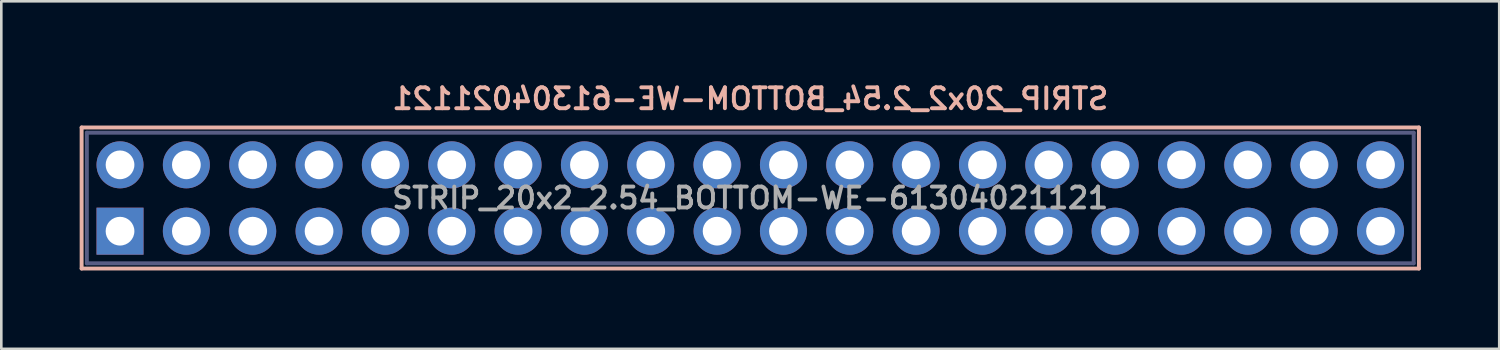
<source format=kicad_pcb>
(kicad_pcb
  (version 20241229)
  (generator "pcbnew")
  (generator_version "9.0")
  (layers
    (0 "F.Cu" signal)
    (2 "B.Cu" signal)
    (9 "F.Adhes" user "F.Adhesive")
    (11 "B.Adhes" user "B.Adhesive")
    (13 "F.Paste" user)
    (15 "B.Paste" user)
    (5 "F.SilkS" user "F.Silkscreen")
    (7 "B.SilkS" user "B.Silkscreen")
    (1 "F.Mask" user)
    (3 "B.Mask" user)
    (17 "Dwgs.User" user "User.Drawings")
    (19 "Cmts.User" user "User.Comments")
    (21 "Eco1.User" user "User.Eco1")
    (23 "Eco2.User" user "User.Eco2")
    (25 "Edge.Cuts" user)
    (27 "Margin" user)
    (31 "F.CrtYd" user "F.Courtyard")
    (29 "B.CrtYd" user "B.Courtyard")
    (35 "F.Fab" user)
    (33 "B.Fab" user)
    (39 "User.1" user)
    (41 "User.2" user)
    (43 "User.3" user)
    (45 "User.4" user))
  (footprint "STRIP_20x2_2.54_BOTTOM-WE-61304021121"
    (layer "F.Cu")
    (at 25.675 4.531)
    (property "Reference" "STRIP_20x2_2.54_BOTTOM-WE-61304021121" (at 0 -3.8 0) (layer "B.SilkS") (effects (font (size 0.8 0.8) (thickness 0.15)) (justify mirror)))
    (attr through_hole)
    (fp_line (start -25.6 -2.7) (end 25.6 -2.7) (stroke (width 0.15) (type solid)) (layer "B.SilkS"))
    (fp_line (start -25.6 2.7) (end -25.6 -2.7) (stroke (width 0.15) (type solid)) (layer "B.SilkS"))
    (fp_line (start 25.6 -2.7) (end 25.6 2.7) (stroke (width 0.15) (type solid)) (layer "B.SilkS"))
    (fp_line (start 25.6 2.7) (end -25.6 2.7) (stroke (width 0.15) (type solid)) (layer "B.SilkS"))
    (fp_line (start -25.4 -2.5) (end -25.4 2.5) (stroke (width 0.15) (type solid)) (layer "B.Fab"))
    (fp_line (start -25.4 2.5) (end 25.4 2.5) (stroke (width 0.15) (type solid)) (layer "B.Fab"))
    (fp_line (start 25.4 -2.5) (end -25.4 -2.5) (stroke (width 0.15) (type solid)) (layer "B.Fab"))
    (fp_line (start 25.4 2.5) (end 25.4 -2.5) (stroke (width 0.15) (type solid)) (layer "B.Fab"))
    (fp_line (start -24.43 -1.57) (end -23.83 -1.57) (stroke (width 0.15) (type solid)) (layer "F.Fab"))
    (fp_line (start -24.43 -0.97) (end -24.43 -1.57) (stroke (width 0.15) (type solid)) (layer "F.Fab"))
    (fp_line (start -24.43 0.97) (end -23.83 0.97) (stroke (width 0.15) (type solid)) (layer "F.Fab"))
    (fp_line (start -24.43 1.57) (end -24.43 0.97) (stroke (width 0.15) (type solid)) (layer "F.Fab"))
    (fp_line (start -23.83 -1.57) (end -23.83 -0.97) (stroke (width 0.15) (type solid)) (layer "F.Fab"))
    (fp_line (start -23.83 -0.97) (end -24.43 -0.97) (stroke (width 0.15) (type solid)) (layer "F.Fab"))
    (fp_line (start -23.83 0.97) (end -23.83 1.57) (stroke (width 0.15) (type solid)) (layer "F.Fab"))
    (fp_line (start -23.83 1.57) (end -24.43 1.57) (stroke (width 0.15) (type solid)) (layer "F.Fab"))
    (fp_line (start -21.89 -1.57) (end -21.29 -1.57) (stroke (width 0.15) (type solid)) (layer "F.Fab"))
    (fp_line (start -21.89 -0.97) (end -21.89 -1.57) (stroke (width 0.15) (type solid)) (layer "F.Fab"))
    (fp_line (start -21.89 0.97) (end -21.29 0.97) (stroke (width 0.15) (type solid)) (layer "F.Fab"))
    (fp_line (start -21.89 1.57) (end -21.89 0.97) (stroke (width 0.15) (type solid)) (layer "F.Fab"))
    (fp_line (start -21.29 -1.57) (end -21.29 -0.97) (stroke (width 0.15) (type solid)) (layer "F.Fab"))
    (fp_line (start -21.29 -0.97) (end -21.89 -0.97) (stroke (width 0.15) (type solid)) (layer "F.Fab"))
    (fp_line (start -21.29 0.97) (end -21.29 1.57) (stroke (width 0.15) (type solid)) (layer "F.Fab"))
    (fp_line (start -21.29 1.57) (end -21.89 1.57) (stroke (width 0.15) (type solid)) (layer "F.Fab"))
    (fp_line (start -19.35 -1.57) (end -18.75 -1.57) (stroke (width 0.15) (type solid)) (layer "F.Fab"))
    (fp_line (start -19.35 -0.97) (end -19.35 -1.57) (stroke (width 0.15) (type solid)) (layer "F.Fab"))
    (fp_line (start -19.35 0.97) (end -18.75 0.97) (stroke (width 0.15) (type solid)) (layer "F.Fab"))
    (fp_line (start -19.35 1.57) (end -19.35 0.97) (stroke (width 0.15) (type solid)) (layer "F.Fab"))
    (fp_line (start -18.75 -1.57) (end -18.75 -0.97) (stroke (width 0.15) (type solid)) (layer "F.Fab"))
    (fp_line (start -18.75 -0.97) (end -19.35 -0.97) (stroke (width 0.15) (type solid)) (layer "F.Fab"))
    (fp_line (start -18.75 0.97) (end -18.75 1.57) (stroke (width 0.15) (type solid)) (layer "F.Fab"))
    (fp_line (start -18.75 1.57) (end -19.35 1.57) (stroke (width 0.15) (type solid)) (layer "F.Fab"))
    (fp_line (start -16.81 -1.57) (end -16.21 -1.57) (stroke (width 0.15) (type solid)) (layer "F.Fab"))
    (fp_line (start -16.81 -0.97) (end -16.81 -1.57) (stroke (width 0.15) (type solid)) (layer "F.Fab"))
    (fp_line (start -16.81 0.97) (end -16.21 0.97) (stroke (width 0.15) (type solid)) (layer "F.Fab"))
    (fp_line (start -16.81 1.57) (end -16.81 0.97) (stroke (width 0.15) (type solid)) (layer "F.Fab"))
    (fp_line (start -16.21 -1.57) (end -16.21 -0.97) (stroke (width 0.15) (type solid)) (layer "F.Fab"))
    (fp_line (start -16.21 -0.97) (end -16.81 -0.97) (stroke (width 0.15) (type solid)) (layer "F.Fab"))
    (fp_line (start -16.21 0.97) (end -16.21 1.57) (stroke (width 0.15) (type solid)) (layer "F.Fab"))
    (fp_line (start -16.21 1.57) (end -16.81 1.57) (stroke (width 0.15) (type solid)) (layer "F.Fab"))
    (fp_line (start -14.27 -1.57) (end -13.67 -1.57) (stroke (width 0.15) (type solid)) (layer "F.Fab"))
    (fp_line (start -14.27 -0.97) (end -14.27 -1.57) (stroke (width 0.15) (type solid)) (layer "F.Fab"))
    (fp_line (start -14.27 0.97) (end -13.67 0.97) (stroke (width 0.15) (type solid)) (layer "F.Fab"))
    (fp_line (start -14.27 1.57) (end -14.27 0.97) (stroke (width 0.15) (type solid)) (layer "F.Fab"))
    (fp_line (start -13.67 -1.57) (end -13.67 -0.97) (stroke (width 0.15) (type solid)) (layer "F.Fab"))
    (fp_line (start -13.67 -0.97) (end -14.27 -0.97) (stroke (width 0.15) (type solid)) (layer "F.Fab"))
    (fp_line (start -13.67 0.97) (end -13.67 1.57) (stroke (width 0.15) (type solid)) (layer "F.Fab"))
    (fp_line (start -13.67 1.57) (end -14.27 1.57) (stroke (width 0.15) (type solid)) (layer "F.Fab"))
    (fp_line (start -11.73 -1.57) (end -11.13 -1.57) (stroke (width 0.15) (type solid)) (layer "F.Fab"))
    (fp_line (start -11.73 -0.97) (end -11.73 -1.57) (stroke (width 0.15) (type solid)) (layer "F.Fab"))
    (fp_line (start -11.73 0.97) (end -11.13 0.97) (stroke (width 0.15) (type solid)) (layer "F.Fab"))
    (fp_line (start -11.73 1.57) (end -11.73 0.97) (stroke (width 0.15) (type solid)) (layer "F.Fab"))
    (fp_line (start -11.13 -1.57) (end -11.13 -0.97) (stroke (width 0.15) (type solid)) (layer "F.Fab"))
    (fp_line (start -11.13 -0.97) (end -11.73 -0.97) (stroke (width 0.15) (type solid)) (layer "F.Fab"))
    (fp_line (start -11.13 0.97) (end -11.13 1.57) (stroke (width 0.15) (type solid)) (layer "F.Fab"))
    (fp_line (start -11.13 1.57) (end -11.73 1.57) (stroke (width 0.15) (type solid)) (layer "F.Fab"))
    (fp_line (start -9.19 -1.57) (end -8.59 -1.57) (stroke (width 0.15) (type solid)) (layer "F.Fab"))
    (fp_line (start -9.19 -0.97) (end -9.19 -1.57) (stroke (width 0.15) (type solid)) (layer "F.Fab"))
    (fp_line (start -9.19 0.97) (end -8.59 0.97) (stroke (width 0.15) (type solid)) (layer "F.Fab"))
    (fp_line (start -9.19 1.57) (end -9.19 0.97) (stroke (width 0.15) (type solid)) (layer "F.Fab"))
    (fp_line (start -8.59 -1.57) (end -8.59 -0.97) (stroke (width 0.15) (type solid)) (layer "F.Fab"))
    (fp_line (start -8.59 -0.97) (end -9.19 -0.97) (stroke (width 0.15) (type solid)) (layer "F.Fab"))
    (fp_line (start -8.59 0.97) (end -8.59 1.57) (stroke (width 0.15) (type solid)) (layer "F.Fab"))
    (fp_line (start -8.59 1.57) (end -9.19 1.57) (stroke (width 0.15) (type solid)) (layer "F.Fab"))
    (fp_line (start -6.65 -1.57) (end -6.05 -1.57) (stroke (width 0.15) (type solid)) (layer "F.Fab"))
    (fp_line (start -6.65 -0.97) (end -6.65 -1.57) (stroke (width 0.15) (type solid)) (layer "F.Fab"))
    (fp_line (start -6.65 0.97) (end -6.05 0.97) (stroke (width 0.15) (type solid)) (layer "F.Fab"))
    (fp_line (start -6.65 1.57) (end -6.65 0.97) (stroke (width 0.15) (type solid)) (layer "F.Fab"))
    (fp_line (start -6.05 -1.57) (end -6.05 -0.97) (stroke (width 0.15) (type solid)) (layer "F.Fab"))
    (fp_line (start -6.05 -0.97) (end -6.65 -0.97) (stroke (width 0.15) (type solid)) (layer "F.Fab"))
    (fp_line (start -6.05 0.97) (end -6.05 1.57) (stroke (width 0.15) (type solid)) (layer "F.Fab"))
    (fp_line (start -6.05 1.57) (end -6.65 1.57) (stroke (width 0.15) (type solid)) (layer "F.Fab"))
    (fp_line (start -4.11 -1.57) (end -3.51 -1.57) (stroke (width 0.15) (type solid)) (layer "F.Fab"))
    (fp_line (start -4.11 -0.97) (end -4.11 -1.57) (stroke (width 0.15) (type solid)) (layer "F.Fab"))
    (fp_line (start -4.11 0.97) (end -3.51 0.97) (stroke (width 0.15) (type solid)) (layer "F.Fab"))
    (fp_line (start -4.11 1.57) (end -4.11 0.97) (stroke (width 0.15) (type solid)) (layer "F.Fab"))
    (fp_line (start -3.51 -1.57) (end -3.51 -0.97) (stroke (width 0.15) (type solid)) (layer "F.Fab"))
    (fp_line (start -3.51 -0.97) (end -4.11 -0.97) (stroke (width 0.15) (type solid)) (layer "F.Fab"))
    (fp_line (start -3.51 0.97) (end -3.51 1.57) (stroke (width 0.15) (type solid)) (layer "F.Fab"))
    (fp_line (start -3.51 1.57) (end -4.11 1.57) (stroke (width 0.15) (type solid)) (layer "F.Fab"))
    (fp_line (start -1.57 -1.57) (end -0.97 -1.57) (stroke (width 0.15) (type solid)) (layer "F.Fab"))
    (fp_line (start -1.57 -0.97) (end -1.57 -1.57) (stroke (width 0.15) (type solid)) (layer "F.Fab"))
    (fp_line (start -1.57 0.97) (end -0.97 0.97) (stroke (width 0.15) (type solid)) (layer "F.Fab"))
    (fp_line (start -1.57 1.57) (end -1.57 0.97) (stroke (width 0.15) (type solid)) (layer "F.Fab"))
    (fp_line (start -0.97 -1.57) (end -0.97 -0.97) (stroke (width 0.15) (type solid)) (layer "F.Fab"))
    (fp_line (start -0.97 -0.97) (end -1.57 -0.97) (stroke (width 0.15) (type solid)) (layer "F.Fab"))
    (fp_line (start -0.97 0.97) (end -0.97 1.57) (stroke (width 0.15) (type solid)) (layer "F.Fab"))
    (fp_line (start -0.97 1.57) (end -1.57 1.57) (stroke (width 0.15) (type solid)) (layer "F.Fab"))
    (fp_line (start 0.97 -1.57) (end 1.57 -1.57) (stroke (width 0.15) (type solid)) (layer "F.Fab"))
    (fp_line (start 0.97 -0.97) (end 0.97 -1.57) (stroke (width 0.15) (type solid)) (layer "F.Fab"))
    (fp_line (start 0.97 0.97) (end 1.57 0.97) (stroke (width 0.15) (type solid)) (layer "F.Fab"))
    (fp_line (start 0.97 1.57) (end 0.97 0.97) (stroke (width 0.15) (type solid)) (layer "F.Fab"))
    (fp_line (start 1.57 -1.57) (end 1.57 -0.97) (stroke (width 0.15) (type solid)) (layer "F.Fab"))
    (fp_line (start 1.57 -0.97) (end 0.97 -0.97) (stroke (width 0.15) (type solid)) (layer "F.Fab"))
    (fp_line (start 1.57 0.97) (end 1.57 1.57) (stroke (width 0.15) (type solid)) (layer "F.Fab"))
    (fp_line (start 1.57 1.57) (end 0.97 1.57) (stroke (width 0.15) (type solid)) (layer "F.Fab"))
    (fp_line (start 3.51 -1.57) (end 4.11 -1.57) (stroke (width 0.15) (type solid)) (layer "F.Fab"))
    (fp_line (start 3.51 -0.97) (end 3.51 -1.57) (stroke (width 0.15) (type solid)) (layer "F.Fab"))
    (fp_line (start 3.51 0.97) (end 4.11 0.97) (stroke (width 0.15) (type solid)) (layer "F.Fab"))
    (fp_line (start 3.51 1.57) (end 3.51 0.97) (stroke (width 0.15) (type solid)) (layer "F.Fab"))
    (fp_line (start 4.11 -1.57) (end 4.11 -0.97) (stroke (width 0.15) (type solid)) (layer "F.Fab"))
    (fp_line (start 4.11 -0.97) (end 3.51 -0.97) (stroke (width 0.15) (type solid)) (layer "F.Fab"))
    (fp_line (start 4.11 0.97) (end 4.11 1.57) (stroke (width 0.15) (type solid)) (layer "F.Fab"))
    (fp_line (start 4.11 1.57) (end 3.51 1.57) (stroke (width 0.15) (type solid)) (layer "F.Fab"))
    (fp_line (start 6.05 -1.57) (end 6.65 -1.57) (stroke (width 0.15) (type solid)) (layer "F.Fab"))
    (fp_line (start 6.05 -0.97) (end 6.05 -1.57) (stroke (width 0.15) (type solid)) (layer "F.Fab"))
    (fp_line (start 6.05 0.97) (end 6.65 0.97) (stroke (width 0.15) (type solid)) (layer "F.Fab"))
    (fp_line (start 6.05 1.57) (end 6.05 0.97) (stroke (width 0.15) (type solid)) (layer "F.Fab"))
    (fp_line (start 6.65 -1.57) (end 6.65 -0.97) (stroke (width 0.15) (type solid)) (layer "F.Fab"))
    (fp_line (start 6.65 -0.97) (end 6.05 -0.97) (stroke (width 0.15) (type solid)) (layer "F.Fab"))
    (fp_line (start 6.65 0.97) (end 6.65 1.57) (stroke (width 0.15) (type solid)) (layer "F.Fab"))
    (fp_line (start 6.65 1.57) (end 6.05 1.57) (stroke (width 0.15) (type solid)) (layer "F.Fab"))
    (fp_line (start 8.59 -1.57) (end 9.19 -1.57) (stroke (width 0.15) (type solid)) (layer "F.Fab"))
    (fp_line (start 8.59 -0.97) (end 8.59 -1.57) (stroke (width 0.15) (type solid)) (layer "F.Fab"))
    (fp_line (start 8.59 0.97) (end 9.19 0.97) (stroke (width 0.15) (type solid)) (layer "F.Fab"))
    (fp_line (start 8.59 1.57) (end 8.59 0.97) (stroke (width 0.15) (type solid)) (layer "F.Fab"))
    (fp_line (start 9.19 -1.57) (end 9.19 -0.97) (stroke (width 0.15) (type solid)) (layer "F.Fab"))
    (fp_line (start 9.19 -0.97) (end 8.59 -0.97) (stroke (width 0.15) (type solid)) (layer "F.Fab"))
    (fp_line (start 9.19 0.97) (end 9.19 1.57) (stroke (width 0.15) (type solid)) (layer "F.Fab"))
    (fp_line (start 9.19 1.57) (end 8.59 1.57) (stroke (width 0.15) (type solid)) (layer "F.Fab"))
    (fp_line (start 11.13 -1.57) (end 11.73 -1.57) (stroke (width 0.15) (type solid)) (layer "F.Fab"))
    (fp_line (start 11.13 -0.97) (end 11.13 -1.57) (stroke (width 0.15) (type solid)) (layer "F.Fab"))
    (fp_line (start 11.13 0.97) (end 11.73 0.97) (stroke (width 0.15) (type solid)) (layer "F.Fab"))
    (fp_line (start 11.13 1.57) (end 11.13 0.97) (stroke (width 0.15) (type solid)) (layer "F.Fab"))
    (fp_line (start 11.73 -1.57) (end 11.73 -0.97) (stroke (width 0.15) (type solid)) (layer "F.Fab"))
    (fp_line (start 11.73 -0.97) (end 11.13 -0.97) (stroke (width 0.15) (type solid)) (layer "F.Fab"))
    (fp_line (start 11.73 0.97) (end 11.73 1.57) (stroke (width 0.15) (type solid)) (layer "F.Fab"))
    (fp_line (start 11.73 1.57) (end 11.13 1.57) (stroke (width 0.15) (type solid)) (layer "F.Fab"))
    (fp_line (start 13.67 -1.57) (end 14.27 -1.57) (stroke (width 0.15) (type solid)) (layer "F.Fab"))
    (fp_line (start 13.67 -0.97) (end 13.67 -1.57) (stroke (width 0.15) (type solid)) (layer "F.Fab"))
    (fp_line (start 13.67 0.97) (end 14.27 0.97) (stroke (width 0.15) (type solid)) (layer "F.Fab"))
    (fp_line (start 13.67 1.57) (end 13.67 0.97) (stroke (width 0.15) (type solid)) (layer "F.Fab"))
    (fp_line (start 14.27 -1.57) (end 14.27 -0.97) (stroke (width 0.15) (type solid)) (layer "F.Fab"))
    (fp_line (start 14.27 -0.97) (end 13.67 -0.97) (stroke (width 0.15) (type solid)) (layer "F.Fab"))
    (fp_line (start 14.27 0.97) (end 14.27 1.57) (stroke (width 0.15) (type solid)) (layer "F.Fab"))
    (fp_line (start 14.27 1.57) (end 13.67 1.57) (stroke (width 0.15) (type solid)) (layer "F.Fab"))
    (fp_line (start 16.21 -1.57) (end 16.81 -1.57) (stroke (width 0.15) (type solid)) (layer "F.Fab"))
    (fp_line (start 16.21 -0.97) (end 16.21 -1.57) (stroke (width 0.15) (type solid)) (layer "F.Fab"))
    (fp_line (start 16.21 0.97) (end 16.81 0.97) (stroke (width 0.15) (type solid)) (layer "F.Fab"))
    (fp_line (start 16.21 1.57) (end 16.21 0.97) (stroke (width 0.15) (type solid)) (layer "F.Fab"))
    (fp_line (start 16.81 -1.57) (end 16.81 -0.97) (stroke (width 0.15) (type solid)) (layer "F.Fab"))
    (fp_line (start 16.81 -0.97) (end 16.21 -0.97) (stroke (width 0.15) (type solid)) (layer "F.Fab"))
    (fp_line (start 16.81 0.97) (end 16.81 1.57) (stroke (width 0.15) (type solid)) (layer "F.Fab"))
    (fp_line (start 16.81 1.57) (end 16.21 1.57) (stroke (width 0.15) (type solid)) (layer "F.Fab"))
    (fp_line (start 18.75 -1.57) (end 19.35 -1.57) (stroke (width 0.15) (type solid)) (layer "F.Fab"))
    (fp_line (start 18.75 -0.97) (end 18.75 -1.57) (stroke (width 0.15) (type solid)) (layer "F.Fab"))
    (fp_line (start 18.75 0.97) (end 19.35 0.97) (stroke (width 0.15) (type solid)) (layer "F.Fab"))
    (fp_line (start 18.75 1.57) (end 18.75 0.97) (stroke (width 0.15) (type solid)) (layer "F.Fab"))
    (fp_line (start 19.35 -1.57) (end 19.35 -0.97) (stroke (width 0.15) (type solid)) (layer "F.Fab"))
    (fp_line (start 19.35 -0.97) (end 18.75 -0.97) (stroke (width 0.15) (type solid)) (layer "F.Fab"))
    (fp_line (start 19.35 0.97) (end 19.35 1.57) (stroke (width 0.15) (type solid)) (layer "F.Fab"))
    (fp_line (start 19.35 1.57) (end 18.75 1.57) (stroke (width 0.15) (type solid)) (layer "F.Fab"))
    (fp_line (start 21.29 -1.57) (end 21.89 -1.57) (stroke (width 0.15) (type solid)) (layer "F.Fab"))
    (fp_line (start 21.29 -0.97) (end 21.29 -1.57) (stroke (width 0.15) (type solid)) (layer "F.Fab"))
    (fp_line (start 21.29 0.97) (end 21.89 0.97) (stroke (width 0.15) (type solid)) (layer "F.Fab"))
    (fp_line (start 21.29 1.57) (end 21.29 0.97) (stroke (width 0.15) (type solid)) (layer "F.Fab"))
    (fp_line (start 21.89 -1.57) (end 21.89 -0.97) (stroke (width 0.15) (type solid)) (layer "F.Fab"))
    (fp_line (start 21.89 -0.97) (end 21.29 -0.97) (stroke (width 0.15) (type solid)) (layer "F.Fab"))
    (fp_line (start 21.89 0.97) (end 21.89 1.57) (stroke (width 0.15) (type solid)) (layer "F.Fab"))
    (fp_line (start 21.89 1.57) (end 21.29 1.57) (stroke (width 0.15) (type solid)) (layer "F.Fab"))
    (fp_line (start 23.83 -1.57) (end 24.43 -1.57) (stroke (width 0.15) (type solid)) (layer "F.Fab"))
    (fp_line (start 23.83 -0.97) (end 23.83 -1.57) (stroke (width 0.15) (type solid)) (layer "F.Fab"))
    (fp_line (start 23.83 0.97) (end 24.43 0.97) (stroke (width 0.15) (type solid)) (layer "F.Fab"))
    (fp_line (start 23.83 1.57) (end 23.83 0.97) (stroke (width 0.15) (type solid)) (layer "F.Fab"))
    (fp_line (start 24.43 -1.57) (end 24.43 -0.97) (stroke (width 0.15) (type solid)) (layer "F.Fab"))
    (fp_line (start 24.43 -0.97) (end 23.83 -0.97) (stroke (width 0.15) (type solid)) (layer "F.Fab"))
    (fp_line (start 24.43 0.97) (end 24.43 1.57) (stroke (width 0.15) (type solid)) (layer "F.Fab"))
    (fp_line (start 24.43 1.57) (end 23.83 1.57) (stroke (width 0.15) (type solid)) (layer "F.Fab"))
    (fp_text user "${REFERENCE}" (at 0 0 0) (layer "F.Fab") (effects (font (size 0.8 0.8) (thickness 0.15))))
    (pad "1" thru_hole rect (at -24.13 1.27) (size 1.8 1.8) (drill 1.1) (layers "*.Cu" "*.Mask"))
    (pad "2" thru_hole circle (at -24.13 -1.27) (size 1.8 1.8) (drill 1.1) (layers "*.Cu" "*.Mask"))
    (pad "3" thru_hole circle (at -21.59 1.27) (size 1.8 1.8) (drill 1.1) (layers "*.Cu" "*.Mask"))
    (pad "4" thru_hole circle (at -21.59 -1.27) (size 1.8 1.8) (drill 1.1) (layers "*.Cu" "*.Mask"))
    (pad "5" thru_hole circle (at -19.05 1.27) (size 1.8 1.8) (drill 1.1) (layers "*.Cu" "*.Mask"))
    (pad "6" thru_hole circle (at -19.05 -1.27) (size 1.8 1.8) (drill 1.1) (layers "*.Cu" "*.Mask"))
    (pad "7" thru_hole circle (at -16.51 1.27) (size 1.8 1.8) (drill 1.1) (layers "*.Cu" "*.Mask"))
    (pad "8" thru_hole circle (at -16.51 -1.27) (size 1.8 1.8) (drill 1.1) (layers "*.Cu" "*.Mask"))
    (pad "9" thru_hole circle (at -13.97 1.27) (size 1.8 1.8) (drill 1.1) (layers "*.Cu" "*.Mask"))
    (pad "10" thru_hole circle (at -13.97 -1.27) (size 1.8 1.8) (drill 1.1) (layers "*.Cu" "*.Mask"))
    (pad "11" thru_hole circle (at -11.43 1.27) (size 1.8 1.8) (drill 1.1) (layers "*.Cu" "*.Mask"))
    (pad "12" thru_hole circle (at -11.43 -1.27) (size 1.8 1.8) (drill 1.1) (layers "*.Cu" "*.Mask"))
    (pad "13" thru_hole circle (at -8.89 1.27) (size 1.8 1.8) (drill 1.1) (layers "*.Cu" "*.Mask"))
    (pad "14" thru_hole circle (at -8.89 -1.27) (size 1.8 1.8) (drill 1.1) (layers "*.Cu" "*.Mask"))
    (pad "15" thru_hole circle (at -6.35 1.27) (size 1.8 1.8) (drill 1.1) (layers "*.Cu" "*.Mask"))
    (pad "16" thru_hole circle (at -6.35 -1.27) (size 1.8 1.8) (drill 1.1) (layers "*.Cu" "*.Mask"))
    (pad "17" thru_hole circle (at -3.81 1.27) (size 1.8 1.8) (drill 1.1) (layers "*.Cu" "*.Mask"))
    (pad "18" thru_hole circle (at -3.81 -1.27) (size 1.8 1.8) (drill 1.1) (layers "*.Cu" "*.Mask"))
    (pad "19" thru_hole circle (at -1.27 1.27) (size 1.8 1.8) (drill 1.1) (layers "*.Cu" "*.Mask"))
    (pad "20" thru_hole circle (at -1.27 -1.27) (size 1.8 1.8) (drill 1.1) (layers "*.Cu" "*.Mask"))
    (pad "21" thru_hole circle (at 1.27 1.27) (size 1.8 1.8) (drill 1.1) (layers "*.Cu" "*.Mask"))
    (pad "22" thru_hole circle (at 1.27 -1.27) (size 1.8 1.8) (drill 1.1) (layers "*.Cu" "*.Mask"))
    (pad "23" thru_hole circle (at 3.81 1.27) (size 1.8 1.8) (drill 1.1) (layers "*.Cu" "*.Mask"))
    (pad "24" thru_hole circle (at 3.81 -1.27) (size 1.8 1.8) (drill 1.1) (layers "*.Cu" "*.Mask"))
    (pad "25" thru_hole circle (at 6.35 1.27) (size 1.8 1.8) (drill 1.1) (layers "*.Cu" "*.Mask"))
    (pad "26" thru_hole circle (at 6.35 -1.27) (size 1.8 1.8) (drill 1.1) (layers "*.Cu" "*.Mask"))
    (pad "27" thru_hole circle (at 8.89 1.27) (size 1.8 1.8) (drill 1.1) (layers "*.Cu" "*.Mask"))
    (pad "28" thru_hole circle (at 8.89 -1.27) (size 1.8 1.8) (drill 1.1) (layers "*.Cu" "*.Mask"))
    (pad "29" thru_hole circle (at 11.43 1.27) (size 1.8 1.8) (drill 1.1) (layers "*.Cu" "*.Mask"))
    (pad "30" thru_hole circle (at 11.43 -1.27) (size 1.8 1.8) (drill 1.1) (layers "*.Cu" "*.Mask"))
    (pad "31" thru_hole circle (at 13.97 1.27) (size 1.8 1.8) (drill 1.1) (layers "*.Cu" "*.Mask"))
    (pad "32" thru_hole circle (at 13.97 -1.27) (size 1.8 1.8) (drill 1.1) (layers "*.Cu" "*.Mask"))
    (pad "33" thru_hole circle (at 16.51 1.27) (size 1.8 1.8) (drill 1.1) (layers "*.Cu" "*.Mask"))
    (pad "34" thru_hole circle (at 16.51 -1.27) (size 1.8 1.8) (drill 1.1) (layers "*.Cu" "*.Mask"))
    (pad "35" thru_hole circle (at 19.05 1.27) (size 1.8 1.8) (drill 1.1) (layers "*.Cu" "*.Mask"))
    (pad "36" thru_hole circle (at 19.05 -1.27) (size 1.8 1.8) (drill 1.1) (layers "*.Cu" "*.Mask"))
    (pad "37" thru_hole circle (at 21.59 1.27) (size 1.8 1.8) (drill 1.1) (layers "*.Cu" "*.Mask"))
    (pad "38" thru_hole circle (at 21.59 -1.27) (size 1.8 1.8) (drill 1.1) (layers "*.Cu" "*.Mask"))
    (pad "39" thru_hole circle (at 24.13 1.27) (size 1.8 1.8) (drill 1.1) (layers "*.Cu" "*.Mask"))
    (pad "40" thru_hole circle (at 24.13 -1.27) (size 1.8 1.8) (drill 1.1) (layers "*.Cu" "*.Mask")))
  (gr_rect
    (start -3 -3)
    (end 54.35 10.306)
    (stroke (width 0.1) (type default))
    (fill no)
    (layer "Edge.Cuts")))
</source>
